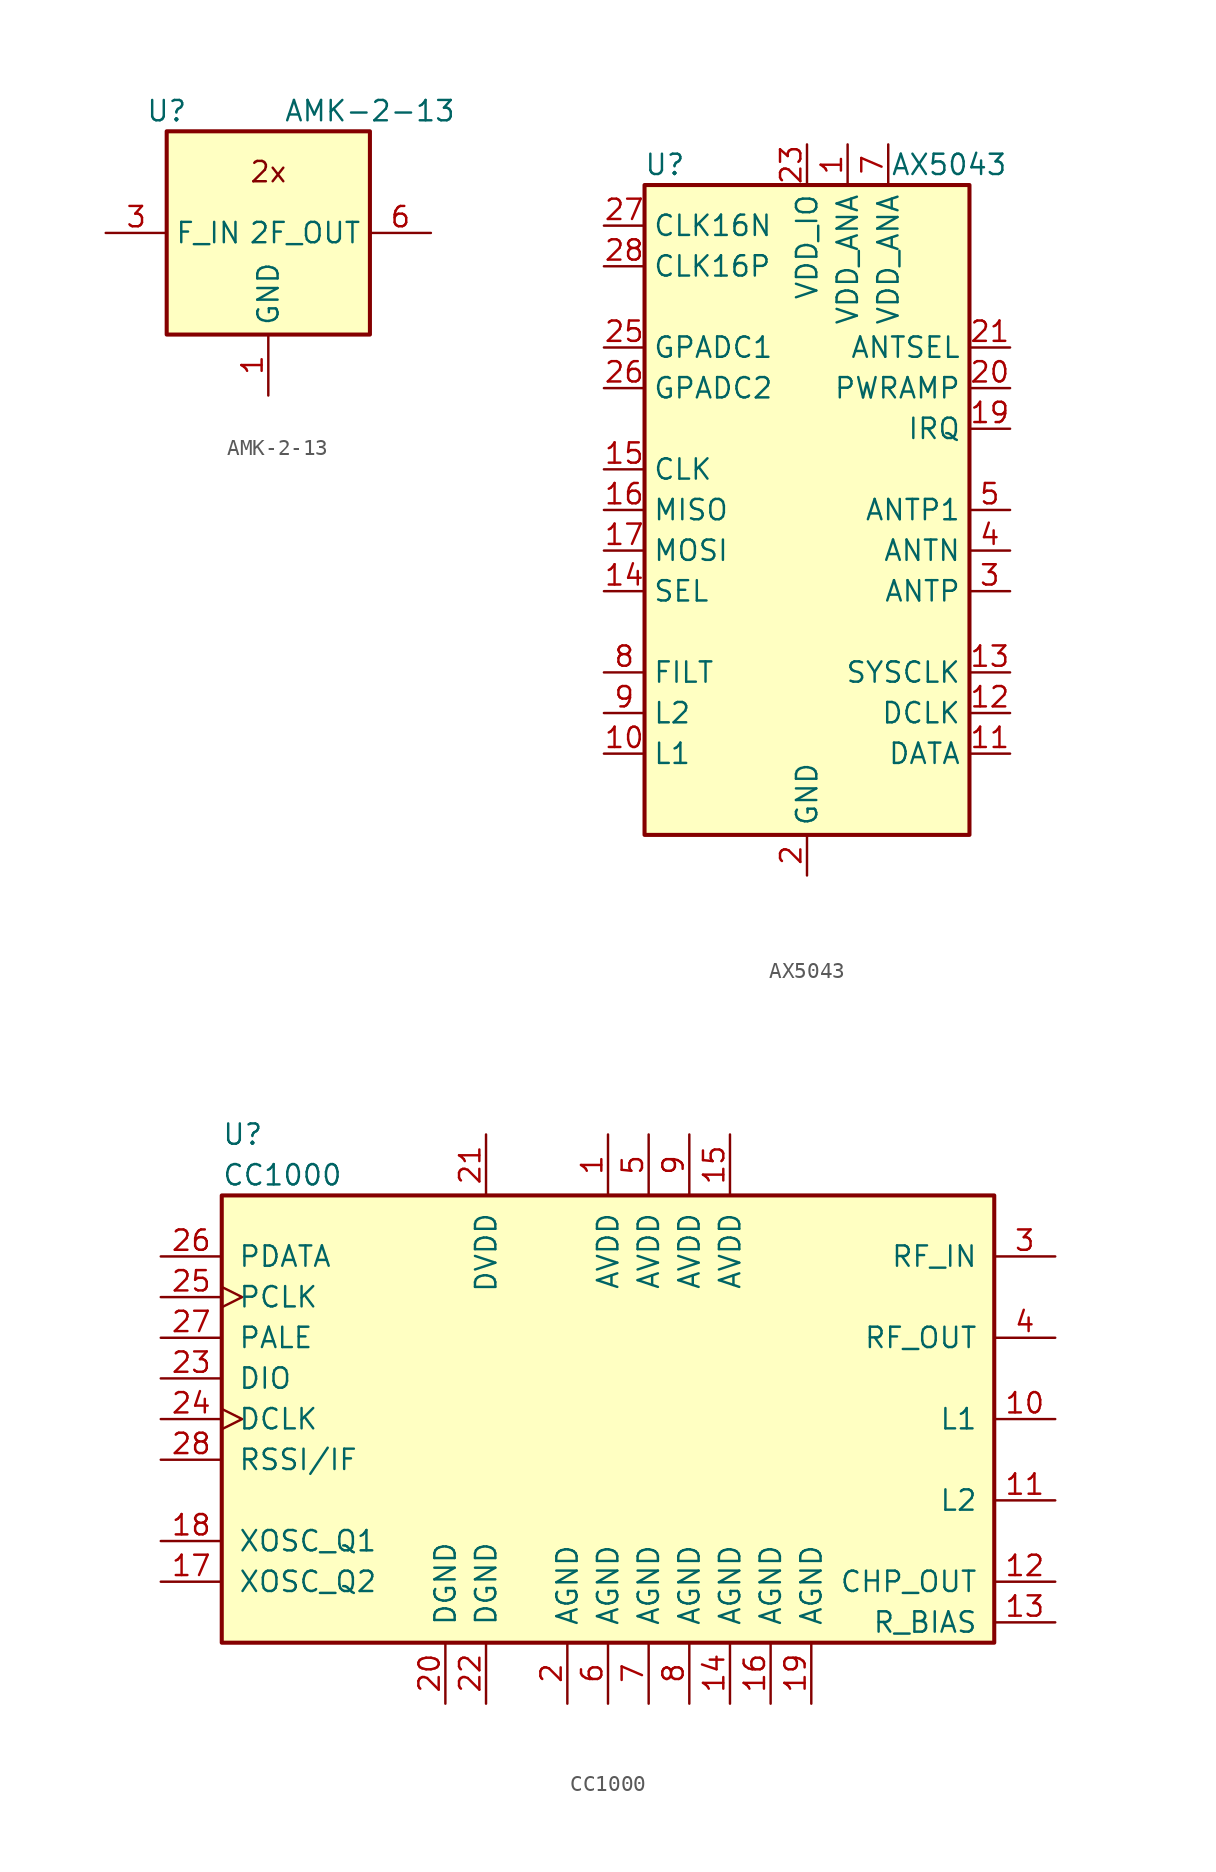
<source format=kicad_sym>
(kicad_symbol_lib
  (version 20201005)
  (generator kicad_symbol_editor)
  (symbol "RF:AMK-2-13"
    (property "Reference" "U"
      (at -6.35 7.62 0)
      (effects (font (size 1.27 1.27))))
    (property "Value" "AMK-2-13"
      (at 6.35 7.62 0)
      (effects (font (size 1.27 1.27))))
    (symbol "AMK-2-13_0_0"
      (text "2x" (at 0 3.81 0) (effects (font (size 1.27 1.27)))))
    (symbol "AMK-2-13_0_1"
      (rectangle (start -6.35 6.35) (end 6.35 -6.35) (stroke (width 0.254)) (fill (type background))))
    (symbol "AMK-2-13_1_1"
      (pin power_in line (at 0 -10.16 90) (length 3.81) (name "GND" (effects (font (size 1.27 1.27)))) (number "1" (effects (font (size 1.27 1.27)))))
      (pin no_connect line (at -6.35 -2.54 0) (length 2.54) hide (name "NC" (effects (font (size 1.27 1.27)))) (number "2" (effects (font (size 1.27 1.27)))))
      (pin input line (at -10.16 0 0) (length 3.81) (name "F_IN" (effects (font (size 1.27 1.27)))) (number "3" (effects (font (size 1.27 1.27)))))
      (pin passive line (at 0 -10.16 90) (length 3.81) hide (name "GND" (effects (font (size 1.27 1.27)))) (number "4" (effects (font (size 1.27 1.27)))))
      (pin passive line (at 0 -10.16 90) (length 3.81) hide (name "GND" (effects (font (size 1.27 1.27)))) (number "5" (effects (font (size 1.27 1.27)))))
      (pin output line (at 10.16 0 180) (length 3.81) (name "2F_OUT" (effects (font (size 1.27 1.27)))) (number "6" (effects (font (size 1.27 1.27)))))))
  (symbol "RF:AX5043"
    (property "Reference" "U"
      (at -8.89 21.59 0)
      (effects (font (size 1.27 1.27))))
    (property "Value" "AX5043"
      (at 8.89 21.59 0)
      (effects (font (size 1.27 1.27))))
    (symbol "AX5043_1_0"
      (rectangle (start -10.16 -20.32) (end 10.16 20.32) (stroke (width 0.254)) (fill (type background))))
    (symbol "AX5043_1_1"
      (pin power_out line (at 2.54 22.86 270) (length 2.54) (name "VDD_ANA" (effects (font (size 1.27 1.27)))) (number "1" (effects (font (size 1.27 1.27)))))
      (pin passive line (at -12.7 -15.24 0) (length 2.54) (name "L1" (effects (font (size 1.27 1.27)))) (number "10" (effects (font (size 1.27 1.27)))))
      (pin bidirectional line (at 12.7 -15.24 180) (length 2.54) (name "DATA" (effects (font (size 1.27 1.27)))) (number "11" (effects (font (size 1.27 1.27)))))
      (pin bidirectional line (at 12.7 -12.7 180) (length 2.54) (name "DCLK" (effects (font (size 1.27 1.27)))) (number "12" (effects (font (size 1.27 1.27)))))
      (pin bidirectional line (at 12.7 -10.16 180) (length 2.54) (name "SYSCLK" (effects (font (size 1.27 1.27)))) (number "13" (effects (font (size 1.27 1.27)))))
      (pin input line (at -12.7 -5.08 0) (length 2.54) (name "SEL" (effects (font (size 1.27 1.27)))) (number "14" (effects (font (size 1.27 1.27)))))
      (pin input line (at -12.7 2.54 0) (length 2.54) (name "CLK" (effects (font (size 1.27 1.27)))) (number "15" (effects (font (size 1.27 1.27)))))
      (pin output line (at -12.7 0 0) (length 2.54) (name "MISO" (effects (font (size 1.27 1.27)))) (number "16" (effects (font (size 1.27 1.27)))))
      (pin input line (at -12.7 -2.54 0) (length 2.54) (name "MOSI" (effects (font (size 1.27 1.27)))) (number "17" (effects (font (size 1.27 1.27)))))
      (pin no_connect line (at -2.54 -20.32 90) (length 2.54) hide (name "NC" (effects (font (size 1.27 1.27)))) (number "18" (effects (font (size 1.27 1.27)))))
      (pin output line (at 12.7 5.08 180) (length 2.54) (name "IRQ" (effects (font (size 1.27 1.27)))) (number "19" (effects (font (size 1.27 1.27)))))
      (pin power_in line (at 0 -22.86 90) (length 2.54) (name "GND" (effects (font (size 1.27 1.27)))) (number "2" (effects (font (size 1.27 1.27)))))
      (pin bidirectional line (at 12.7 7.62 180) (length 2.54) (name "PWRAMP" (effects (font (size 1.27 1.27)))) (number "20" (effects (font (size 1.27 1.27)))))
      (pin bidirectional line (at 12.7 10.16 180) (length 2.54) (name "ANTSEL" (effects (font (size 1.27 1.27)))) (number "21" (effects (font (size 1.27 1.27)))))
      (pin no_connect line (at 2.54 -20.32 90) (length 2.54) hide (name "NC" (effects (font (size 1.27 1.27)))) (number "22" (effects (font (size 1.27 1.27)))))
      (pin power_in line (at 0 22.86 270) (length 2.54) (name "VDD_IO" (effects (font (size 1.27 1.27)))) (number "23" (effects (font (size 1.27 1.27)))))
      (pin no_connect line (at -5.08 -20.32 90) (length 2.54) hide (name "NC" (effects (font (size 1.27 1.27)))) (number "24" (effects (font (size 1.27 1.27)))))
      (pin input line (at -12.7 10.16 0) (length 2.54) (name "GPADC1" (effects (font (size 1.27 1.27)))) (number "25" (effects (font (size 1.27 1.27)))))
      (pin input line (at -12.7 7.62 0) (length 2.54) (name "GPADC2" (effects (font (size 1.27 1.27)))) (number "26" (effects (font (size 1.27 1.27)))))
      (pin input line (at -12.7 17.78 0) (length 2.54) (name "CLK16N" (effects (font (size 1.27 1.27)))) (number "27" (effects (font (size 1.27 1.27)))))
      (pin input line (at -12.7 15.24 0) (length 2.54) (name "CLK16P" (effects (font (size 1.27 1.27)))) (number "28" (effects (font (size 1.27 1.27)))))
      (pin passive line (at 0 -22.86 90) (length 2.54) hide (name "GND" (effects (font (size 1.27 1.27)))) (number "29" (effects (font (size 1.27 1.27)))))
      (pin bidirectional line (at 12.7 -5.08 180) (length 2.54) (name "ANTP" (effects (font (size 1.27 1.27)))) (number "3" (effects (font (size 1.27 1.27)))))
      (pin bidirectional line (at 12.7 -2.54 180) (length 2.54) (name "ANTN" (effects (font (size 1.27 1.27)))) (number "4" (effects (font (size 1.27 1.27)))))
      (pin output line (at 12.7 0 180) (length 2.54) (name "ANTP1" (effects (font (size 1.27 1.27)))) (number "5" (effects (font (size 1.27 1.27)))))
      (pin passive line (at 0 -22.86 90) (length 2.54) hide (name "GND" (effects (font (size 1.27 1.27)))) (number "6" (effects (font (size 1.27 1.27)))))
      (pin power_out line (at 5.08 22.86 270) (length 2.54) (name "VDD_ANA" (effects (font (size 1.27 1.27)))) (number "7" (effects (font (size 1.27 1.27)))))
      (pin input line (at -12.7 -10.16 0) (length 2.54) (name "FILT" (effects (font (size 1.27 1.27)))) (number "8" (effects (font (size 1.27 1.27)))))
      (pin passive line (at -12.7 -12.7 0) (length 2.54) (name "L2" (effects (font (size 1.27 1.27)))) (number "9" (effects (font (size 1.27 1.27)))))))
  (symbol "RF:CC1000"
    (pin_names
      (offset 1.016))
    (property "Reference" "U"
      (at -24.13 17.78 0)
      (effects (font (size 1.27 1.27)) (justify left)))
    (property "Value" "CC1000"
      (at -24.13 15.24 0)
      (effects (font (size 1.27 1.27)) (justify left)))
    (symbol "CC1000_0_1"
      (rectangle (start -24.13 13.97) (end 24.13 -13.97) (stroke (width 0.254)) (fill (type background))))
    (symbol "CC1000_1_1"
      (pin power_in line (at 0 17.78 270) (length 3.81) (name "AVDD" (effects (font (size 1.27 1.27)))) (number "1" (effects (font (size 1.27 1.27)))))
      (pin passive line (at 27.94 0 180) (length 3.81) (name "L1" (effects (font (size 1.27 1.27)))) (number "10" (effects (font (size 1.27 1.27)))))
      (pin passive line (at 27.94 -5.08 180) (length 3.81) (name "L2" (effects (font (size 1.27 1.27)))) (number "11" (effects (font (size 1.27 1.27)))))
      (pin passive line (at 27.94 -10.16 180) (length 3.81) (name "CHP_OUT" (effects (font (size 1.27 1.27)))) (number "12" (effects (font (size 1.27 1.27)))))
      (pin passive line (at 27.94 -12.7 180) (length 3.81) (name "R_BIAS" (effects (font (size 1.27 1.27)))) (number "13" (effects (font (size 1.27 1.27)))))
      (pin power_in line (at 7.62 -17.78 90) (length 3.81) (name "AGND" (effects (font (size 1.27 1.27)))) (number "14" (effects (font (size 1.27 1.27)))))
      (pin power_in line (at 7.62 17.78 270) (length 3.81) (name "AVDD" (effects (font (size 1.27 1.27)))) (number "15" (effects (font (size 1.27 1.27)))))
      (pin power_in line (at 10.16 -17.78 90) (length 3.81) (name "AGND" (effects (font (size 1.27 1.27)))) (number "16" (effects (font (size 1.27 1.27)))))
      (pin passive line (at -27.94 -10.16 0) (length 3.81) (name "XOSC_Q2" (effects (font (size 1.27 1.27)))) (number "17" (effects (font (size 1.27 1.27)))))
      (pin passive line (at -27.94 -7.62 0) (length 3.81) (name "XOSC_Q1" (effects (font (size 1.27 1.27)))) (number "18" (effects (font (size 1.27 1.27)))))
      (pin power_in line (at 12.7 -17.78 90) (length 3.81) (name "AGND" (effects (font (size 1.27 1.27)))) (number "19" (effects (font (size 1.27 1.27)))))
      (pin power_in line (at -2.54 -17.78 90) (length 3.81) (name "AGND" (effects (font (size 1.27 1.27)))) (number "2" (effects (font (size 1.27 1.27)))))
      (pin power_in line (at -10.16 -17.78 90) (length 3.81) (name "DGND" (effects (font (size 1.27 1.27)))) (number "20" (effects (font (size 1.27 1.27)))))
      (pin power_in line (at -7.62 17.78 270) (length 3.81) (name "DVDD" (effects (font (size 1.27 1.27)))) (number "21" (effects (font (size 1.27 1.27)))))
      (pin power_in line (at -7.62 -17.78 90) (length 3.81) (name "DGND" (effects (font (size 1.27 1.27)))) (number "22" (effects (font (size 1.27 1.27)))))
      (pin bidirectional line (at -27.94 2.54 0) (length 3.81) (name "DIO" (effects (font (size 1.27 1.27)))) (number "23" (effects (font (size 1.27 1.27)))))
      (pin output clock (at -27.94 0 0) (length 3.81) (name "DCLK" (effects (font (size 1.27 1.27)))) (number "24" (effects (font (size 1.27 1.27)))))
      (pin input clock (at -27.94 7.62 0) (length 3.81) (name "PCLK" (effects (font (size 1.27 1.27)))) (number "25" (effects (font (size 1.27 1.27)))))
      (pin bidirectional line (at -27.94 10.16 0) (length 3.81) (name "PDATA" (effects (font (size 1.27 1.27)))) (number "26" (effects (font (size 1.27 1.27)))))
      (pin input line (at -27.94 5.08 0) (length 3.81) (name "PALE" (effects (font (size 1.27 1.27)))) (number "27" (effects (font (size 1.27 1.27)))))
      (pin passive line (at -27.94 -2.54 0) (length 3.81) (name "RSSI/IF" (effects (font (size 1.27 1.27)))) (number "28" (effects (font (size 1.27 1.27)))))
      (pin passive line (at 27.94 10.16 180) (length 3.81) (name "RF_IN" (effects (font (size 1.27 1.27)))) (number "3" (effects (font (size 1.27 1.27)))))
      (pin passive line (at 27.94 5.08 180) (length 3.81) (name "RF_OUT" (effects (font (size 1.27 1.27)))) (number "4" (effects (font (size 1.27 1.27)))))
      (pin power_in line (at 2.54 17.78 270) (length 3.81) (name "AVDD" (effects (font (size 1.27 1.27)))) (number "5" (effects (font (size 1.27 1.27)))))
      (pin power_in line (at 0 -17.78 90) (length 3.81) (name "AGND" (effects (font (size 1.27 1.27)))) (number "6" (effects (font (size 1.27 1.27)))))
      (pin power_in line (at 2.54 -17.78 90) (length 3.81) (name "AGND" (effects (font (size 1.27 1.27)))) (number "7" (effects (font (size 1.27 1.27)))))
      (pin power_in line (at 5.08 -17.78 90) (length 3.81) (name "AGND" (effects (font (size 1.27 1.27)))) (number "8" (effects (font (size 1.27 1.27)))))
      (pin power_in line (at 5.08 17.78 270) (length 3.81) (name "AVDD" (effects (font (size 1.27 1.27)))) (number "9" (effects (font (size 1.27 1.27))))))))
</source>
